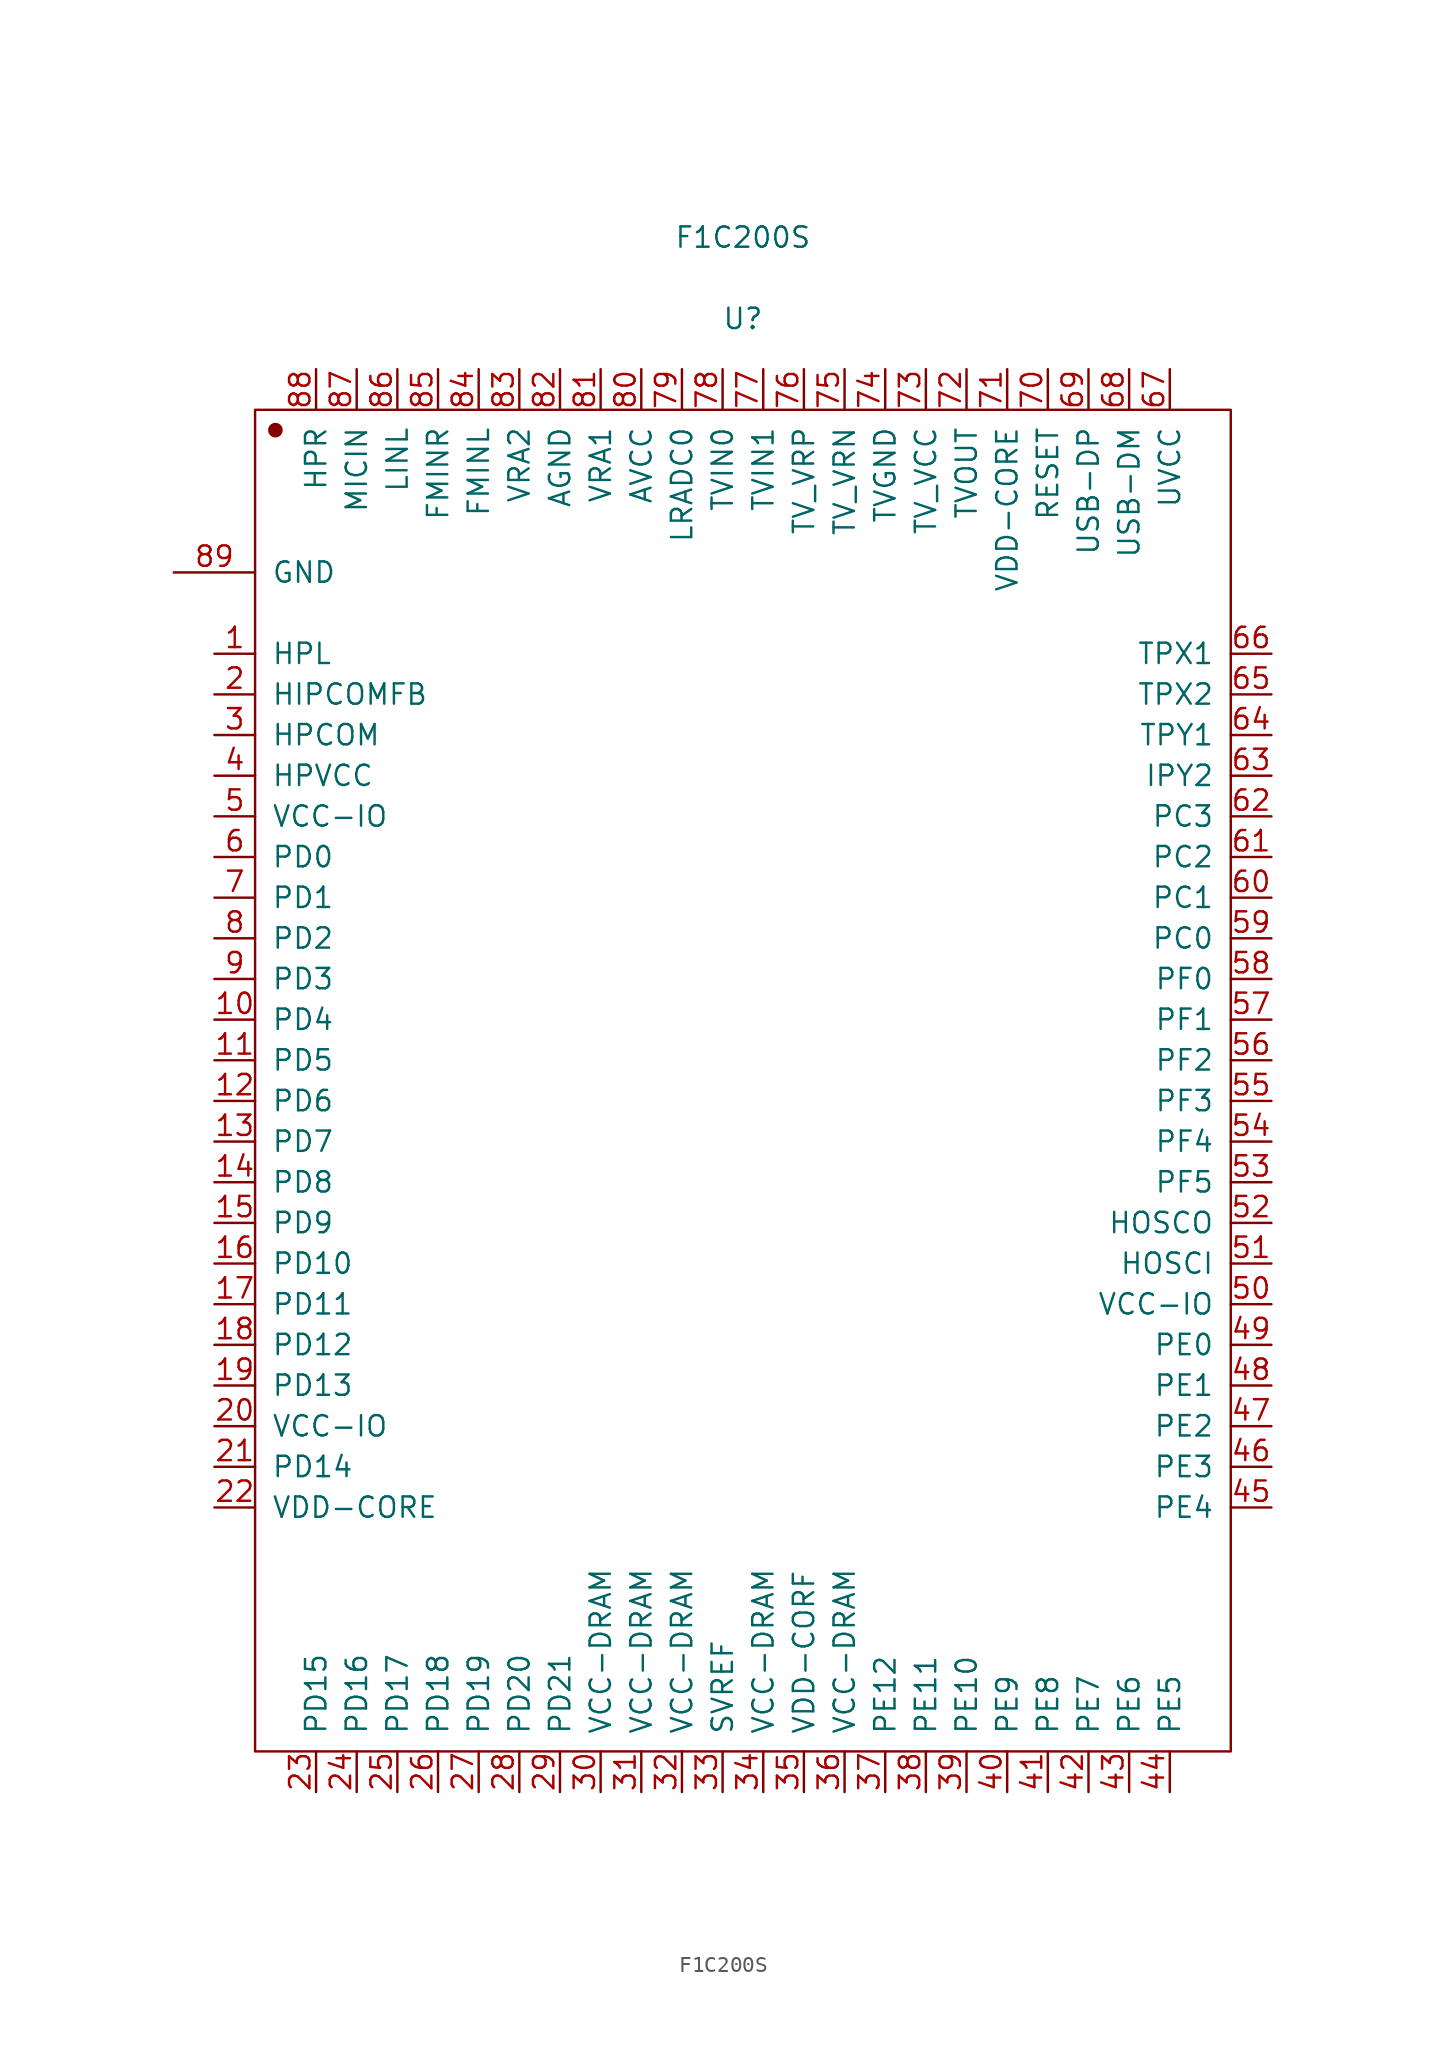
<source format=kicad_sym>
(kicad_symbol_lib
  (version 20211014)
  (generator kicad_symbol_editor)
  (symbol "F1C200S"
    (pin_names
      (offset 1.016))
    (property "Reference" "U"
      (at 0 47.6 0)
      (effects (font (size 1.27 1.27))))
    (property "Value" "F1C200S"
      (at 0 52.68 0)
      (effects (font (size 1.27 1.27))))
    (symbol "F1C200S_1_1"
      (rectangle (start -30.48 41.91) (end 30.48 -41.91) (stroke (width 0.152) (type default) (color 0 0 0 0)) (fill (type none)))
      (circle (center -29.21 40.64) (radius 0.381) (stroke (width 0.152) (type default) (color 0 0 0 0)) (fill (type outline)))
      (pin free line (at -33.02 26.67 0) (length 2.54) (name "HPL" (effects (font (size 1.27 1.27)))) (number "1" (effects (font (size 1.27 1.27)))))
      (pin free line (at -33.02 3.81 0) (length 2.54) (name "PD4" (effects (font (size 1.27 1.27)))) (number "10" (effects (font (size 1.27 1.27)))))
      (pin free line (at -33.02 1.27 0) (length 2.54) (name "PD5" (effects (font (size 1.27 1.27)))) (number "11" (effects (font (size 1.27 1.27)))))
      (pin free line (at -33.02 -1.27 0) (length 2.54) (name "PD6" (effects (font (size 1.27 1.27)))) (number "12" (effects (font (size 1.27 1.27)))))
      (pin free line (at -33.02 -3.81 0) (length 2.54) (name "PD7" (effects (font (size 1.27 1.27)))) (number "13" (effects (font (size 1.27 1.27)))))
      (pin free line (at -33.02 -6.35 0) (length 2.54) (name "PD8" (effects (font (size 1.27 1.27)))) (number "14" (effects (font (size 1.27 1.27)))))
      (pin free line (at -33.02 -8.89 0) (length 2.54) (name "PD9" (effects (font (size 1.27 1.27)))) (number "15" (effects (font (size 1.27 1.27)))))
      (pin free line (at -33.02 -11.43 0) (length 2.54) (name "PD10" (effects (font (size 1.27 1.27)))) (number "16" (effects (font (size 1.27 1.27)))))
      (pin free line (at -33.02 -13.97 0) (length 2.54) (name "PD11" (effects (font (size 1.27 1.27)))) (number "17" (effects (font (size 1.27 1.27)))))
      (pin free line (at -33.02 -16.51 0) (length 2.54) (name "PD12" (effects (font (size 1.27 1.27)))) (number "18" (effects (font (size 1.27 1.27)))))
      (pin free line (at -33.02 -19.05 0) (length 2.54) (name "PD13" (effects (font (size 1.27 1.27)))) (number "19" (effects (font (size 1.27 1.27)))))
      (pin free line (at -33.02 24.13 0) (length 2.54) (name "HIPCOMFB" (effects (font (size 1.27 1.27)))) (number "2" (effects (font (size 1.27 1.27)))))
      (pin free line (at -33.02 -21.59 0) (length 2.54) (name "VCC-IO" (effects (font (size 1.27 1.27)))) (number "20" (effects (font (size 1.27 1.27)))))
      (pin free line (at -33.02 -24.13 0) (length 2.54) (name "PD14" (effects (font (size 1.27 1.27)))) (number "21" (effects (font (size 1.27 1.27)))))
      (pin free line (at -33.02 -26.67 0) (length 2.54) (name "VDD-CORE" (effects (font (size 1.27 1.27)))) (number "22" (effects (font (size 1.27 1.27)))))
      (pin free line (at -26.67 -44.45 90) (length 2.54) (name "PD15" (effects (font (size 1.27 1.27)))) (number "23" (effects (font (size 1.27 1.27)))))
      (pin free line (at -24.13 -44.45 90) (length 2.54) (name "PD16" (effects (font (size 1.27 1.27)))) (number "24" (effects (font (size 1.27 1.27)))))
      (pin free line (at -21.59 -44.45 90) (length 2.54) (name "PD17" (effects (font (size 1.27 1.27)))) (number "25" (effects (font (size 1.27 1.27)))))
      (pin free line (at -19.05 -44.45 90) (length 2.54) (name "PD18" (effects (font (size 1.27 1.27)))) (number "26" (effects (font (size 1.27 1.27)))))
      (pin free line (at -16.51 -44.45 90) (length 2.54) (name "PD19" (effects (font (size 1.27 1.27)))) (number "27" (effects (font (size 1.27 1.27)))))
      (pin free line (at -13.97 -44.45 90) (length 2.54) (name "PD20" (effects (font (size 1.27 1.27)))) (number "28" (effects (font (size 1.27 1.27)))))
      (pin free line (at -11.43 -44.45 90) (length 2.54) (name "PD21" (effects (font (size 1.27 1.27)))) (number "29" (effects (font (size 1.27 1.27)))))
      (pin free line (at -33.02 21.59 0) (length 2.54) (name "HPCOM" (effects (font (size 1.27 1.27)))) (number "3" (effects (font (size 1.27 1.27)))))
      (pin free line (at -8.89 -44.45 90) (length 2.54) (name "VCC-DRAM" (effects (font (size 1.27 1.27)))) (number "30" (effects (font (size 1.27 1.27)))))
      (pin free line (at -6.35 -44.45 90) (length 2.54) (name "VCC-DRAM" (effects (font (size 1.27 1.27)))) (number "31" (effects (font (size 1.27 1.27)))))
      (pin free line (at -3.81 -44.45 90) (length 2.54) (name "VCC-DRAM" (effects (font (size 1.27 1.27)))) (number "32" (effects (font (size 1.27 1.27)))))
      (pin free line (at -1.27 -44.45 90) (length 2.54) (name "SVREF" (effects (font (size 1.27 1.27)))) (number "33" (effects (font (size 1.27 1.27)))))
      (pin free line (at 1.27 -44.45 90) (length 2.54) (name "VCC-DRAM" (effects (font (size 1.27 1.27)))) (number "34" (effects (font (size 1.27 1.27)))))
      (pin free line (at 3.81 -44.45 90) (length 2.54) (name "VDD-CORF" (effects (font (size 1.27 1.27)))) (number "35" (effects (font (size 1.27 1.27)))))
      (pin free line (at 6.35 -44.45 90) (length 2.54) (name "VCC-DRAM" (effects (font (size 1.27 1.27)))) (number "36" (effects (font (size 1.27 1.27)))))
      (pin free line (at 8.89 -44.45 90) (length 2.54) (name "PE12" (effects (font (size 1.27 1.27)))) (number "37" (effects (font (size 1.27 1.27)))))
      (pin free line (at 11.43 -44.45 90) (length 2.54) (name "PE11" (effects (font (size 1.27 1.27)))) (number "38" (effects (font (size 1.27 1.27)))))
      (pin free line (at 13.97 -44.45 90) (length 2.54) (name "PE10" (effects (font (size 1.27 1.27)))) (number "39" (effects (font (size 1.27 1.27)))))
      (pin free line (at -33.02 19.05 0) (length 2.54) (name "HPVCC" (effects (font (size 1.27 1.27)))) (number "4" (effects (font (size 1.27 1.27)))))
      (pin free line (at 16.51 -44.45 90) (length 2.54) (name "PE9" (effects (font (size 1.27 1.27)))) (number "40" (effects (font (size 1.27 1.27)))))
      (pin free line (at 19.05 -44.45 90) (length 2.54) (name "PE8" (effects (font (size 1.27 1.27)))) (number "41" (effects (font (size 1.27 1.27)))))
      (pin free line (at 21.59 -44.45 90) (length 2.54) (name "PE7" (effects (font (size 1.27 1.27)))) (number "42" (effects (font (size 1.27 1.27)))))
      (pin free line (at 24.13 -44.45 90) (length 2.54) (name "PE6" (effects (font (size 1.27 1.27)))) (number "43" (effects (font (size 1.27 1.27)))))
      (pin free line (at 26.67 -44.45 90) (length 2.54) (name "PE5" (effects (font (size 1.27 1.27)))) (number "44" (effects (font (size 1.27 1.27)))))
      (pin free line (at 33.02 -26.67 180) (length 2.54) (name "PE4" (effects (font (size 1.27 1.27)))) (number "45" (effects (font (size 1.27 1.27)))))
      (pin free line (at 33.02 -24.13 180) (length 2.54) (name "PE3" (effects (font (size 1.27 1.27)))) (number "46" (effects (font (size 1.27 1.27)))))
      (pin free line (at 33.02 -21.59 180) (length 2.54) (name "PE2" (effects (font (size 1.27 1.27)))) (number "47" (effects (font (size 1.27 1.27)))))
      (pin free line (at 33.02 -19.05 180) (length 2.54) (name "PE1" (effects (font (size 1.27 1.27)))) (number "48" (effects (font (size 1.27 1.27)))))
      (pin free line (at 33.02 -16.51 180) (length 2.54) (name "PE0" (effects (font (size 1.27 1.27)))) (number "49" (effects (font (size 1.27 1.27)))))
      (pin free line (at -33.02 16.51 0) (length 2.54) (name "VCC-IO" (effects (font (size 1.27 1.27)))) (number "5" (effects (font (size 1.27 1.27)))))
      (pin free line (at 33.02 -13.97 180) (length 2.54) (name "VCC-IO" (effects (font (size 1.27 1.27)))) (number "50" (effects (font (size 1.27 1.27)))))
      (pin free line (at 33.02 -11.43 180) (length 2.54) (name "HOSCI" (effects (font (size 1.27 1.27)))) (number "51" (effects (font (size 1.27 1.27)))))
      (pin free line (at 33.02 -8.89 180) (length 2.54) (name "HOSCO" (effects (font (size 1.27 1.27)))) (number "52" (effects (font (size 1.27 1.27)))))
      (pin free line (at 33.02 -6.35 180) (length 2.54) (name "PF5" (effects (font (size 1.27 1.27)))) (number "53" (effects (font (size 1.27 1.27)))))
      (pin free line (at 33.02 -3.81 180) (length 2.54) (name "PF4" (effects (font (size 1.27 1.27)))) (number "54" (effects (font (size 1.27 1.27)))))
      (pin free line (at 33.02 -1.27 180) (length 2.54) (name "PF3" (effects (font (size 1.27 1.27)))) (number "55" (effects (font (size 1.27 1.27)))))
      (pin free line (at 33.02 1.27 180) (length 2.54) (name "PF2" (effects (font (size 1.27 1.27)))) (number "56" (effects (font (size 1.27 1.27)))))
      (pin free line (at 33.02 3.81 180) (length 2.54) (name "PF1" (effects (font (size 1.27 1.27)))) (number "57" (effects (font (size 1.27 1.27)))))
      (pin free line (at 33.02 6.35 180) (length 2.54) (name "PF0" (effects (font (size 1.27 1.27)))) (number "58" (effects (font (size 1.27 1.27)))))
      (pin free line (at 33.02 8.89 180) (length 2.54) (name "PC0" (effects (font (size 1.27 1.27)))) (number "59" (effects (font (size 1.27 1.27)))))
      (pin free line (at -33.02 13.97 0) (length 2.54) (name "PD0" (effects (font (size 1.27 1.27)))) (number "6" (effects (font (size 1.27 1.27)))))
      (pin free line (at 33.02 11.43 180) (length 2.54) (name "PC1" (effects (font (size 1.27 1.27)))) (number "60" (effects (font (size 1.27 1.27)))))
      (pin free line (at 33.02 13.97 180) (length 2.54) (name "PC2" (effects (font (size 1.27 1.27)))) (number "61" (effects (font (size 1.27 1.27)))))
      (pin free line (at 33.02 16.51 180) (length 2.54) (name "PC3" (effects (font (size 1.27 1.27)))) (number "62" (effects (font (size 1.27 1.27)))))
      (pin free line (at 33.02 19.05 180) (length 2.54) (name "IPY2" (effects (font (size 1.27 1.27)))) (number "63" (effects (font (size 1.27 1.27)))))
      (pin free line (at 33.02 21.59 180) (length 2.54) (name "TPY1" (effects (font (size 1.27 1.27)))) (number "64" (effects (font (size 1.27 1.27)))))
      (pin free line (at 33.02 24.13 180) (length 2.54) (name "TPX2" (effects (font (size 1.27 1.27)))) (number "65" (effects (font (size 1.27 1.27)))))
      (pin free line (at 33.02 26.67 180) (length 2.54) (name "TPX1" (effects (font (size 1.27 1.27)))) (number "66" (effects (font (size 1.27 1.27)))))
      (pin free line (at 26.67 44.45 270) (length 2.54) (name "UVCC" (effects (font (size 1.27 1.27)))) (number "67" (effects (font (size 1.27 1.27)))))
      (pin free line (at 24.13 44.45 270) (length 2.54) (name "USB-DM" (effects (font (size 1.27 1.27)))) (number "68" (effects (font (size 1.27 1.27)))))
      (pin free line (at 21.59 44.45 270) (length 2.54) (name "USB-DP" (effects (font (size 1.27 1.27)))) (number "69" (effects (font (size 1.27 1.27)))))
      (pin free line (at -33.02 11.43 0) (length 2.54) (name "PD1" (effects (font (size 1.27 1.27)))) (number "7" (effects (font (size 1.27 1.27)))))
      (pin free line (at 19.05 44.45 270) (length 2.54) (name "RESET" (effects (font (size 1.27 1.27)))) (number "70" (effects (font (size 1.27 1.27)))))
      (pin free line (at 16.51 44.45 270) (length 2.54) (name "VDD-CORE" (effects (font (size 1.27 1.27)))) (number "71" (effects (font (size 1.27 1.27)))))
      (pin free line (at 13.97 44.45 270) (length 2.54) (name "TVOUT" (effects (font (size 1.27 1.27)))) (number "72" (effects (font (size 1.27 1.27)))))
      (pin free line (at 11.43 44.45 270) (length 2.54) (name "TV_VCC" (effects (font (size 1.27 1.27)))) (number "73" (effects (font (size 1.27 1.27)))))
      (pin free line (at 8.89 44.45 270) (length 2.54) (name "TVGND" (effects (font (size 1.27 1.27)))) (number "74" (effects (font (size 1.27 1.27)))))
      (pin unspecified line (at 6.35 44.45 270) (length 2.54) (name "TV_VRN" (effects (font (size 1.27 1.27)))) (number "75" (effects (font (size 1.27 1.27)))))
      (pin free line (at 3.81 44.45 270) (length 2.54) (name "TV_VRP" (effects (font (size 1.27 1.27)))) (number "76" (effects (font (size 1.27 1.27)))))
      (pin free line (at 1.27 44.45 270) (length 2.54) (name "TVIN1" (effects (font (size 1.27 1.27)))) (number "77" (effects (font (size 1.27 1.27)))))
      (pin free line (at -1.27 44.45 270) (length 2.54) (name "TVIN0" (effects (font (size 1.27 1.27)))) (number "78" (effects (font (size 1.27 1.27)))))
      (pin free line (at -3.81 44.45 270) (length 2.54) (name "LRADC0" (effects (font (size 1.27 1.27)))) (number "79" (effects (font (size 1.27 1.27)))))
      (pin free line (at -33.02 8.89 0) (length 2.54) (name "PD2" (effects (font (size 1.27 1.27)))) (number "8" (effects (font (size 1.27 1.27)))))
      (pin free line (at -6.35 44.45 270) (length 2.54) (name "AVCC" (effects (font (size 1.27 1.27)))) (number "80" (effects (font (size 1.27 1.27)))))
      (pin free line (at -8.89 44.45 270) (length 2.54) (name "VRA1" (effects (font (size 1.27 1.27)))) (number "81" (effects (font (size 1.27 1.27)))))
      (pin free line (at -11.43 44.45 270) (length 2.54) (name "AGND" (effects (font (size 1.27 1.27)))) (number "82" (effects (font (size 1.27 1.27)))))
      (pin free line (at -13.97 44.45 270) (length 2.54) (name "VRA2" (effects (font (size 1.27 1.27)))) (number "83" (effects (font (size 1.27 1.27)))))
      (pin free line (at -16.51 44.45 270) (length 2.54) (name "FMINL" (effects (font (size 1.27 1.27)))) (number "84" (effects (font (size 1.27 1.27)))))
      (pin free line (at -19.05 44.45 270) (length 2.54) (name "FMINR" (effects (font (size 1.27 1.27)))) (number "85" (effects (font (size 1.27 1.27)))))
      (pin free line (at -21.59 44.45 270) (length 2.54) (name "LINL" (effects (font (size 1.27 1.27)))) (number "86" (effects (font (size 1.27 1.27)))))
      (pin free line (at -24.13 44.45 270) (length 2.54) (name "MICIN" (effects (font (size 1.27 1.27)))) (number "87" (effects (font (size 1.27 1.27)))))
      (pin free line (at -26.67 44.45 270) (length 2.54) (name "HPR" (effects (font (size 1.27 1.27)))) (number "88" (effects (font (size 1.27 1.27)))))
      (pin free line (at -35.56 31.75 0) (length 5.08) (name "GND" (effects (font (size 1.27 1.27)))) (number "89" (effects (font (size 1.27 1.27)))))
      (pin free line (at -33.02 6.35 0) (length 2.54) (name "PD3" (effects (font (size 1.27 1.27)))) (number "9" (effects (font (size 1.27 1.27))))))))
</source>
